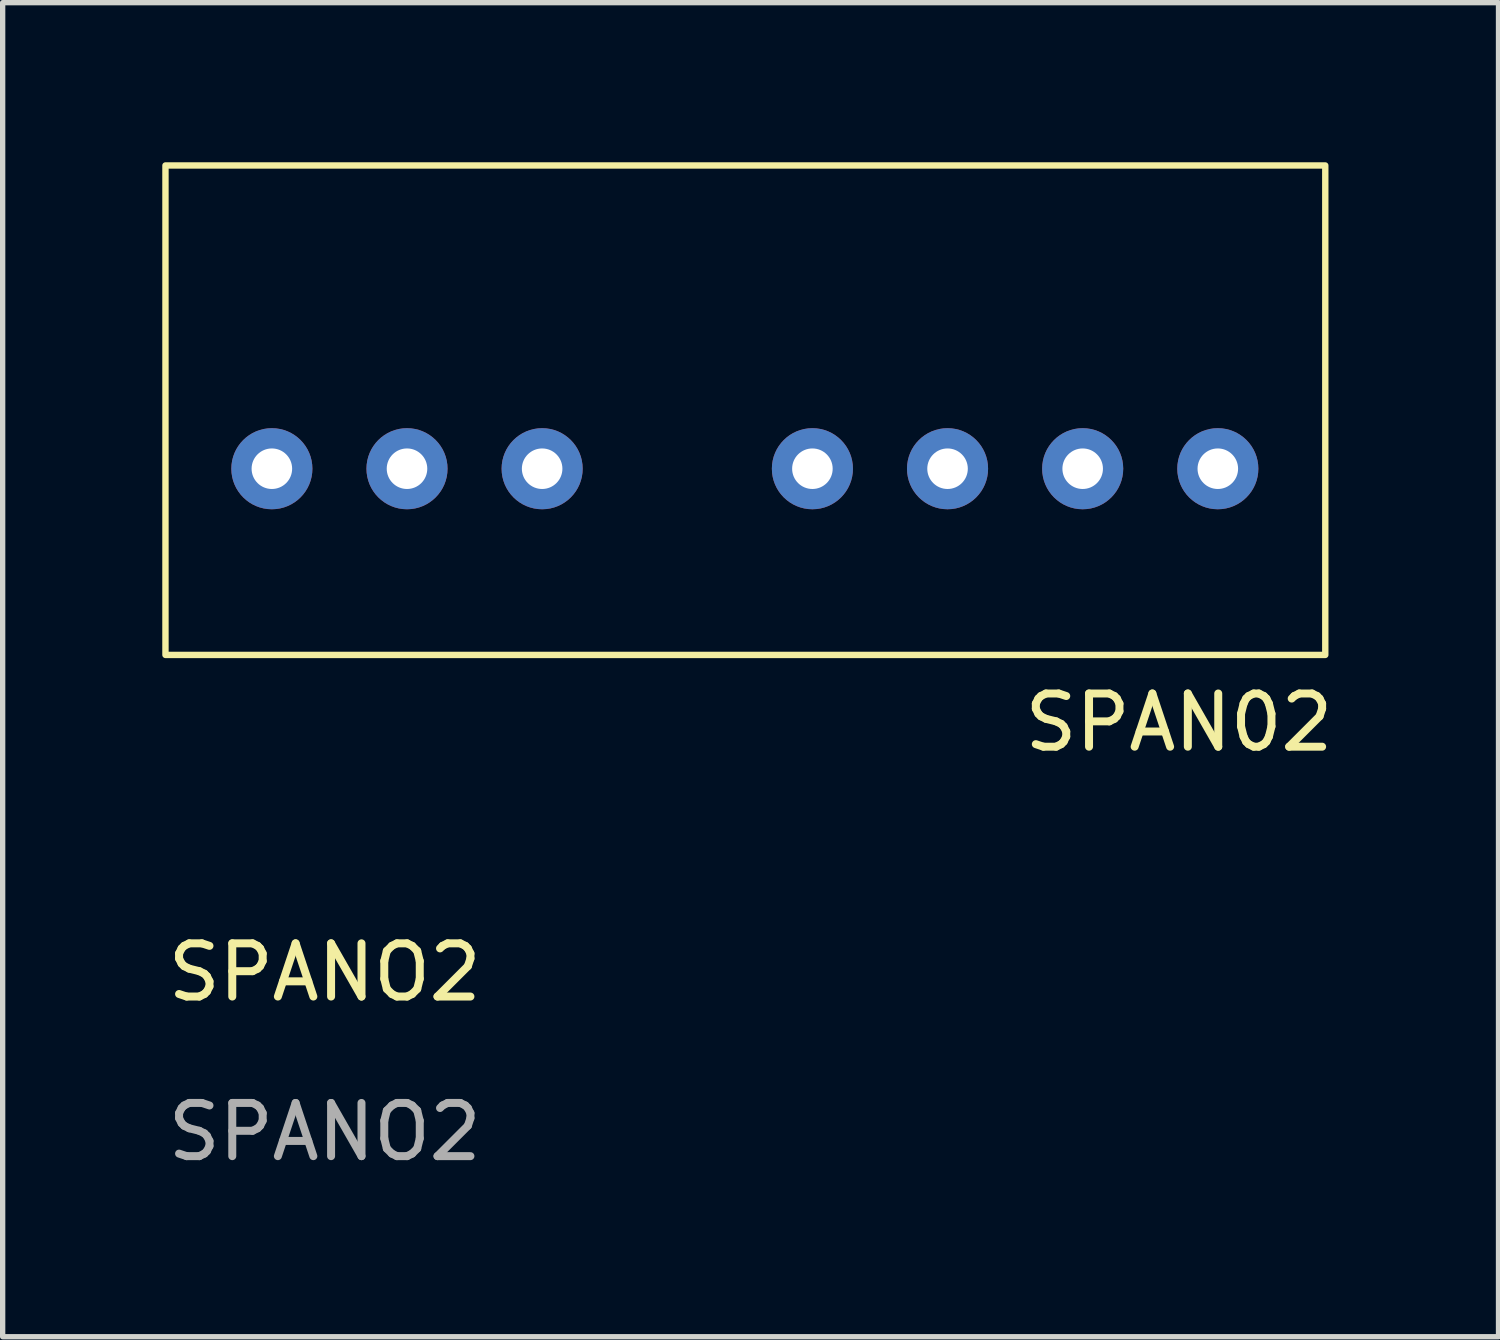
<source format=kicad_pcb>
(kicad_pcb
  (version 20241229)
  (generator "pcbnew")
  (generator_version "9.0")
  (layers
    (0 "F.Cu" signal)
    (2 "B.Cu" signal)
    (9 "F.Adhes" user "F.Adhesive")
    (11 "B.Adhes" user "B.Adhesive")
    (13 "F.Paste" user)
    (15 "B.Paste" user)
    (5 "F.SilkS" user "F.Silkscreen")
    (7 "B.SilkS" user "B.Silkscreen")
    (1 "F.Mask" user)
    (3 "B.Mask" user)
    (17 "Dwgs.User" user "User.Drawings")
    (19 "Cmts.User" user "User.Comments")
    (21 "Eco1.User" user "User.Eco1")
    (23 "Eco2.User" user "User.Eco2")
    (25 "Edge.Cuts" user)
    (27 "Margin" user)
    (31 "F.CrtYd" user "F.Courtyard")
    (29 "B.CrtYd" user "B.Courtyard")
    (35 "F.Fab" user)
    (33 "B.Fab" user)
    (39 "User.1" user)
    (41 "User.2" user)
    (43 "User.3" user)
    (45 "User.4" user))
  (footprint "SPAN02"
    (layer "F.Cu")
    (at 10.22 9.26)
    (property "Reference" "SPAN02" (at 8.89 1.27 0) (unlocked yes) (layer "F.SilkS") (effects (font (size 1 1) (thickness 0.15))))
    (attr through_hole)
    (fp_rect (start -10.16 -9.2) (end 11.64 0) (stroke (width 0.12) (type solid)) (fill no) (layer "F.SilkS"))
    (pad "1" thru_hole circle (at -8.16 -3.5) (size 1.524 1.524) (drill 0.762) (layers "*.Cu" "*.Mask"))
    (pad "2" thru_hole circle (at -5.62 -3.5) (size 1.524 1.524) (drill 0.762) (layers "*.Cu" "*.Mask"))
    (pad "3" thru_hole circle (at -3.08 -3.5) (size 1.524 1.524) (drill 0.762) (layers "*.Cu" "*.Mask"))
    (pad "5" thru_hole circle (at 2 -3.5) (size 1.524 1.524) (drill 0.762) (layers "*.Cu" "*.Mask"))
    (pad "6" thru_hole circle (at 4.54 -3.5) (size 1.524 1.524) (drill 0.762) (layers "*.Cu" "*.Mask"))
    (pad "7" thru_hole circle (at 7.08 -3.5) (size 1.524 1.524) (drill 0.762) (layers "*.Cu" "*.Mask"))
    (pad "8" thru_hole circle (at 9.62 -3.5) (size 1.524 1.524) (drill 0.762) (layers "*.Cu" "*.Mask")))
  (footprint "SPANO2"
    (layer "F.Cu")
    (at 3.054 15.726)
    (property "Reference" "SPANO2" (at 0 -0.5 0) (unlocked yes) (layer "F.SilkS") (effects (font (size 1 1) (thickness 0.15))))
    (attr smd)
    (fp_text user "${REFERENCE}" (at 0 2.5 0) (unlocked yes) (layer "F.Fab") (effects (font (size 1 1) (thickness 0.15)))))
  (gr_rect
    (start -3 -3)
    (end 25.116 22.075)
    (stroke (width 0.1) (type default))
    (fill no)
    (layer "Edge.Cuts")))
</source>
